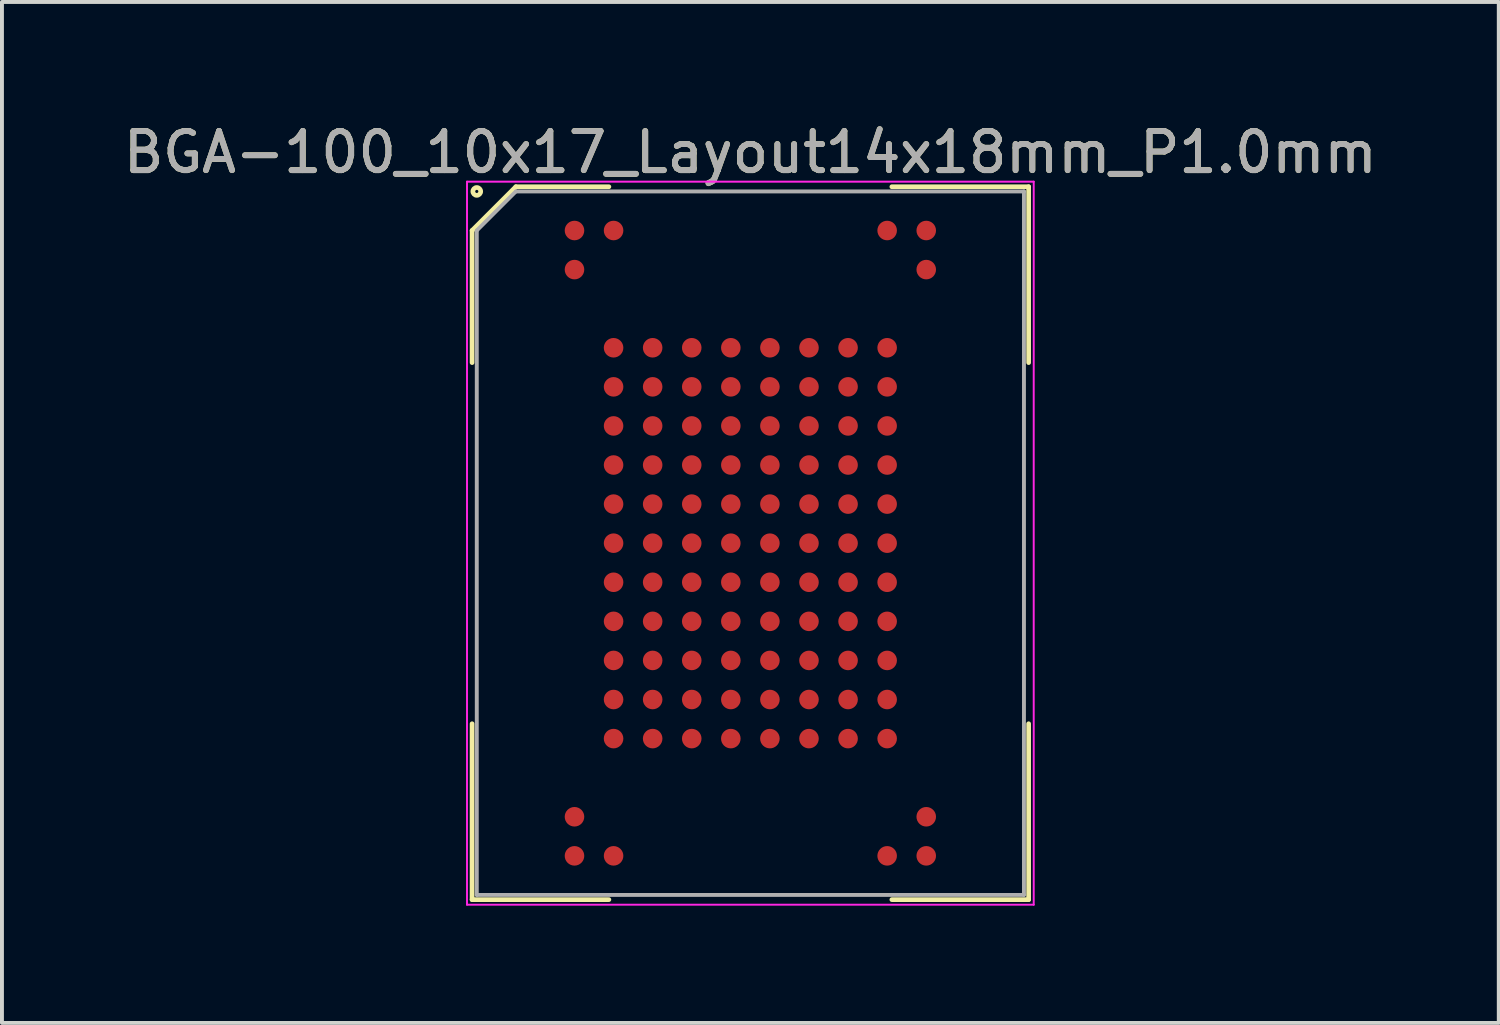
<source format=kicad_pcb>
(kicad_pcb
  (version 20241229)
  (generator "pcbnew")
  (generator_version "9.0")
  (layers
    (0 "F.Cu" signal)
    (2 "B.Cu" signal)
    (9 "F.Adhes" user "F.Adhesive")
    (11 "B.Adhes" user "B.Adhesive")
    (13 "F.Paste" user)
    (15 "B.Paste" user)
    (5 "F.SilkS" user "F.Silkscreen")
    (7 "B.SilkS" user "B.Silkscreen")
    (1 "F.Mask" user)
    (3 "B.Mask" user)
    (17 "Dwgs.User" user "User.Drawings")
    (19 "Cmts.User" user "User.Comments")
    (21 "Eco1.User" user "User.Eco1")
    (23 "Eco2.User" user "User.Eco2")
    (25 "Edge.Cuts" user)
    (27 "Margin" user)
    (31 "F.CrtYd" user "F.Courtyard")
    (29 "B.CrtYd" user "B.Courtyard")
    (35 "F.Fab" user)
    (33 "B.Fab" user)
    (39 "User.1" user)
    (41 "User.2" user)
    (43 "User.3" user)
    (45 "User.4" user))
  (footprint "BGA-100_10x17_Layout14x18mm_P1.0mm"
    (layer "F.Cu")
    (at 16.149 10.848)
    (property "Reference" "BGA-100_10x17_Layout14x18mm_P1.0mm" (at 0 -10 0) (layer "F.SilkS") (effects (font (size 1 1) (thickness 0.15))))
    (attr smd)
    (fp_line (start -7.12 -8) (end -7.12 -4.62) (stroke (width 0.12) (type solid)) (layer "F.SilkS"))
    (fp_line (start -7.12 9.12) (end -7.12 4.62) (stroke (width 0.12) (type solid)) (layer "F.SilkS"))
    (fp_line (start -6 -9.12) (end -7.12 -8) (stroke (width 0.12) (type solid)) (layer "F.SilkS"))
    (fp_line (start -3.62 -9.12) (end -6 -9.12) (stroke (width 0.12) (type solid)) (layer "F.SilkS"))
    (fp_line (start -3.62 9.12) (end -7.12 9.12) (stroke (width 0.12) (type solid)) (layer "F.SilkS"))
    (fp_line (start 3.62 -9.12) (end 7.12 -9.12) (stroke (width 0.12) (type solid)) (layer "F.SilkS"))
    (fp_line (start 3.62 9.12) (end 7.12 9.12) (stroke (width 0.12) (type solid)) (layer "F.SilkS"))
    (fp_line (start 7.12 -9.12) (end 7.12 -4.62) (stroke (width 0.12) (type solid)) (layer "F.SilkS"))
    (fp_line (start 7.12 9.12) (end 7.12 4.62) (stroke (width 0.12) (type solid)) (layer "F.SilkS"))
    (fp_circle (center -7 -9) (end -6.9 -9) (stroke (width 0.12) (type solid)) (fill no) (layer "F.SilkS"))
    (fp_line (start -7.25 -9.25) (end 7.25 -9.25) (stroke (width 0.05) (type solid)) (layer "F.CrtYd"))
    (fp_line (start -7.25 9.25) (end -7.25 -9.25) (stroke (width 0.05) (type solid)) (layer "F.CrtYd"))
    (fp_line (start 7.25 -9.25) (end 7.25 9.25) (stroke (width 0.05) (type solid)) (layer "F.CrtYd"))
    (fp_line (start 7.25 9.25) (end -7.25 9.25) (stroke (width 0.05) (type solid)) (layer "F.CrtYd"))
    (fp_line (start -7 -8) (end -7 9) (stroke (width 0.1) (type solid)) (layer "F.Fab"))
    (fp_line (start -7 9) (end 7 9) (stroke (width 0.1) (type solid)) (layer "F.Fab"))
    (fp_line (start -6 -9) (end -7 -8) (stroke (width 0.1) (type solid)) (layer "F.Fab"))
    (fp_line (start 7 -9) (end -6 -9) (stroke (width 0.1) (type solid)) (layer "F.Fab"))
    (fp_line (start 7 9) (end 7 -9) (stroke (width 0.1) (type solid)) (layer "F.Fab"))
    (fp_text user "${REFERENCE}" (at 0 -10 0) (layer "F.Fab") (effects (font (size 1 1) (thickness 0.15))))
    (pad "A1" smd circle (at -4.5 -8) (size 0.5 0.5) (layers "F.Cu" "F.Mask" "F.Paste"))
    (pad "A2" smd circle (at -3.5 -8) (size 0.5 0.5) (layers "F.Cu" "F.Mask" "F.Paste"))
    (pad "A9" smd circle (at 3.5 -8) (size 0.5 0.5) (layers "F.Cu" "F.Mask" "F.Paste"))
    (pad "A10" smd circle (at 4.5 -8) (size 0.5 0.5) (layers "F.Cu" "F.Mask" "F.Paste"))
    (pad "B1" smd circle (at -4.5 -7) (size 0.5 0.5) (layers "F.Cu" "F.Mask" "F.Paste"))
    (pad "B10" smd circle (at 4.5 -7) (size 0.5 0.5) (layers "F.Cu" "F.Mask" "F.Paste"))
    (pad "D2" smd circle (at -3.5 -5) (size 0.5 0.5) (layers "F.Cu" "F.Mask" "F.Paste"))
    (pad "D3" smd circle (at -2.5 -5) (size 0.5 0.5) (layers "F.Cu" "F.Mask" "F.Paste"))
    (pad "D4" smd circle (at -1.5 -5) (size 0.5 0.5) (layers "F.Cu" "F.Mask" "F.Paste"))
    (pad "D5" smd circle (at -0.5 -5) (size 0.5 0.5) (layers "F.Cu" "F.Mask" "F.Paste"))
    (pad "D6" smd circle (at 0.5 -5) (size 0.5 0.5) (layers "F.Cu" "F.Mask" "F.Paste"))
    (pad "D7" smd circle (at 1.5 -5) (size 0.5 0.5) (layers "F.Cu" "F.Mask" "F.Paste"))
    (pad "D8" smd circle (at 2.5 -5) (size 0.5 0.5) (layers "F.Cu" "F.Mask" "F.Paste"))
    (pad "D9" smd circle (at 3.5 -5) (size 0.5 0.5) (layers "F.Cu" "F.Mask" "F.Paste"))
    (pad "E2" smd circle (at -3.5 -4) (size 0.5 0.5) (layers "F.Cu" "F.Mask" "F.Paste"))
    (pad "E3" smd circle (at -2.5 -4) (size 0.5 0.5) (layers "F.Cu" "F.Mask" "F.Paste"))
    (pad "E4" smd circle (at -1.5 -4) (size 0.5 0.5) (layers "F.Cu" "F.Mask" "F.Paste"))
    (pad "E5" smd circle (at -0.5 -4) (size 0.5 0.5) (layers "F.Cu" "F.Mask" "F.Paste"))
    (pad "E6" smd circle (at 0.5 -4) (size 0.5 0.5) (layers "F.Cu" "F.Mask" "F.Paste"))
    (pad "E7" smd circle (at 1.5 -4) (size 0.5 0.5) (layers "F.Cu" "F.Mask" "F.Paste"))
    (pad "E8" smd circle (at 2.5 -4) (size 0.5 0.5) (layers "F.Cu" "F.Mask" "F.Paste"))
    (pad "E9" smd circle (at 3.5 -4) (size 0.5 0.5) (layers "F.Cu" "F.Mask" "F.Paste"))
    (pad "F2" smd circle (at -3.5 -3) (size 0.5 0.5) (layers "F.Cu" "F.Mask" "F.Paste"))
    (pad "F3" smd circle (at -2.5 -3) (size 0.5 0.5) (layers "F.Cu" "F.Mask" "F.Paste"))
    (pad "F4" smd circle (at -1.5 -3) (size 0.5 0.5) (layers "F.Cu" "F.Mask" "F.Paste"))
    (pad "F5" smd circle (at -0.5 -3) (size 0.5 0.5) (layers "F.Cu" "F.Mask" "F.Paste"))
    (pad "F6" smd circle (at 0.5 -3) (size 0.5 0.5) (layers "F.Cu" "F.Mask" "F.Paste"))
    (pad "F7" smd circle (at 1.5 -3) (size 0.5 0.5) (layers "F.Cu" "F.Mask" "F.Paste"))
    (pad "F8" smd circle (at 2.5 -3) (size 0.5 0.5) (layers "F.Cu" "F.Mask" "F.Paste"))
    (pad "F9" smd circle (at 3.5 -3) (size 0.5 0.5) (layers "F.Cu" "F.Mask" "F.Paste"))
    (pad "G2" smd circle (at -3.5 -2) (size 0.5 0.5) (layers "F.Cu" "F.Mask" "F.Paste"))
    (pad "G3" smd circle (at -2.5 -2) (size 0.5 0.5) (layers "F.Cu" "F.Mask" "F.Paste"))
    (pad "G4" smd circle (at -1.5 -2) (size 0.5 0.5) (layers "F.Cu" "F.Mask" "F.Paste"))
    (pad "G5" smd circle (at -0.5 -2) (size 0.5 0.5) (layers "F.Cu" "F.Mask" "F.Paste"))
    (pad "G6" smd circle (at 0.5 -2) (size 0.5 0.5) (layers "F.Cu" "F.Mask" "F.Paste"))
    (pad "G7" smd circle (at 1.5 -2) (size 0.5 0.5) (layers "F.Cu" "F.Mask" "F.Paste"))
    (pad "G8" smd circle (at 2.5 -2) (size 0.5 0.5) (layers "F.Cu" "F.Mask" "F.Paste"))
    (pad "G9" smd circle (at 3.5 -2) (size 0.5 0.5) (layers "F.Cu" "F.Mask" "F.Paste"))
    (pad "H2" smd circle (at -3.5 -1) (size 0.5 0.5) (layers "F.Cu" "F.Mask" "F.Paste"))
    (pad "H3" smd circle (at -2.5 -1) (size 0.5 0.5) (layers "F.Cu" "F.Mask" "F.Paste"))
    (pad "H4" smd circle (at -1.5 -1) (size 0.5 0.5) (layers "F.Cu" "F.Mask" "F.Paste"))
    (pad "H5" smd circle (at -0.5 -1) (size 0.5 0.5) (layers "F.Cu" "F.Mask" "F.Paste"))
    (pad "H6" smd circle (at 0.5 -1) (size 0.5 0.5) (layers "F.Cu" "F.Mask" "F.Paste"))
    (pad "H7" smd circle (at 1.5 -1) (size 0.5 0.5) (layers "F.Cu" "F.Mask" "F.Paste"))
    (pad "H8" smd circle (at 2.5 -1) (size 0.5 0.5) (layers "F.Cu" "F.Mask" "F.Paste"))
    (pad "H9" smd circle (at 3.5 -1) (size 0.5 0.5) (layers "F.Cu" "F.Mask" "F.Paste"))
    (pad "J2" smd circle (at -3.5 0) (size 0.5 0.5) (layers "F.Cu" "F.Mask" "F.Paste"))
    (pad "J3" smd circle (at -2.5 0) (size 0.5 0.5) (layers "F.Cu" "F.Mask" "F.Paste"))
    (pad "J4" smd circle (at -1.5 0) (size 0.5 0.5) (layers "F.Cu" "F.Mask" "F.Paste"))
    (pad "J5" smd circle (at -0.5 0) (size 0.5 0.5) (layers "F.Cu" "F.Mask" "F.Paste"))
    (pad "J6" smd circle (at 0.5 0) (size 0.5 0.5) (layers "F.Cu" "F.Mask" "F.Paste"))
    (pad "J7" smd circle (at 1.5 0) (size 0.5 0.5) (layers "F.Cu" "F.Mask" "F.Paste"))
    (pad "J8" smd circle (at 2.5 0) (size 0.5 0.5) (layers "F.Cu" "F.Mask" "F.Paste"))
    (pad "J9" smd circle (at 3.5 0) (size 0.5 0.5) (layers "F.Cu" "F.Mask" "F.Paste"))
    (pad "K2" smd circle (at -3.5 1) (size 0.5 0.5) (layers "F.Cu" "F.Mask" "F.Paste"))
    (pad "K3" smd circle (at -2.5 1) (size 0.5 0.5) (layers "F.Cu" "F.Mask" "F.Paste"))
    (pad "K4" smd circle (at -1.5 1) (size 0.5 0.5) (layers "F.Cu" "F.Mask" "F.Paste"))
    (pad "K5" smd circle (at -0.5 1) (size 0.5 0.5) (layers "F.Cu" "F.Mask" "F.Paste"))
    (pad "K6" smd circle (at 0.5 1) (size 0.5 0.5) (layers "F.Cu" "F.Mask" "F.Paste"))
    (pad "K7" smd circle (at 1.5 1) (size 0.5 0.5) (layers "F.Cu" "F.Mask" "F.Paste"))
    (pad "K8" smd circle (at 2.5 1) (size 0.5 0.5) (layers "F.Cu" "F.Mask" "F.Paste"))
    (pad "K9" smd circle (at 3.5 1) (size 0.5 0.5) (layers "F.Cu" "F.Mask" "F.Paste"))
    (pad "L2" smd circle (at -3.5 2) (size 0.5 0.5) (layers "F.Cu" "F.Mask" "F.Paste"))
    (pad "L3" smd circle (at -2.5 2) (size 0.5 0.5) (layers "F.Cu" "F.Mask" "F.Paste"))
    (pad "L4" smd circle (at -1.5 2) (size 0.5 0.5) (layers "F.Cu" "F.Mask" "F.Paste"))
    (pad "L5" smd circle (at -0.5 2) (size 0.5 0.5) (layers "F.Cu" "F.Mask" "F.Paste"))
    (pad "L6" smd circle (at 0.5 2) (size 0.5 0.5) (layers "F.Cu" "F.Mask" "F.Paste"))
    (pad "L7" smd circle (at 1.5 2) (size 0.5 0.5) (layers "F.Cu" "F.Mask" "F.Paste"))
    (pad "L8" smd circle (at 2.5 2) (size 0.5 0.5) (layers "F.Cu" "F.Mask" "F.Paste"))
    (pad "L9" smd circle (at 3.5 2) (size 0.5 0.5) (layers "F.Cu" "F.Mask" "F.Paste"))
    (pad "M2" smd circle (at -3.5 3) (size 0.5 0.5) (layers "F.Cu" "F.Mask" "F.Paste"))
    (pad "M3" smd circle (at -2.5 3) (size 0.5 0.5) (layers "F.Cu" "F.Mask" "F.Paste"))
    (pad "M4" smd circle (at -1.5 3) (size 0.5 0.5) (layers "F.Cu" "F.Mask" "F.Paste"))
    (pad "M5" smd circle (at -0.5 3) (size 0.5 0.5) (layers "F.Cu" "F.Mask" "F.Paste"))
    (pad "M6" smd circle (at 0.5 3) (size 0.5 0.5) (layers "F.Cu" "F.Mask" "F.Paste"))
    (pad "M7" smd circle (at 1.5 3) (size 0.5 0.5) (layers "F.Cu" "F.Mask" "F.Paste"))
    (pad "M8" smd circle (at 2.5 3) (size 0.5 0.5) (layers "F.Cu" "F.Mask" "F.Paste"))
    (pad "M9" smd circle (at 3.5 3) (size 0.5 0.5) (layers "F.Cu" "F.Mask" "F.Paste"))
    (pad "N2" smd circle (at -3.5 4) (size 0.5 0.5) (layers "F.Cu" "F.Mask" "F.Paste"))
    (pad "N3" smd circle (at -2.5 4) (size 0.5 0.5) (layers "F.Cu" "F.Mask" "F.Paste"))
    (pad "N4" smd circle (at -1.5 4) (size 0.5 0.5) (layers "F.Cu" "F.Mask" "F.Paste"))
    (pad "N5" smd circle (at -0.5 4) (size 0.5 0.5) (layers "F.Cu" "F.Mask" "F.Paste"))
    (pad "N6" smd circle (at 0.5 4) (size 0.5 0.5) (layers "F.Cu" "F.Mask" "F.Paste"))
    (pad "N7" smd circle (at 1.5 4) (size 0.5 0.5) (layers "F.Cu" "F.Mask" "F.Paste"))
    (pad "N8" smd circle (at 2.5 4) (size 0.5 0.5) (layers "F.Cu" "F.Mask" "F.Paste"))
    (pad "N9" smd circle (at 3.5 4) (size 0.5 0.5) (layers "F.Cu" "F.Mask" "F.Paste"))
    (pad "P2" smd circle (at -3.5 5) (size 0.5 0.5) (layers "F.Cu" "F.Mask" "F.Paste"))
    (pad "P3" smd circle (at -2.5 5) (size 0.5 0.5) (layers "F.Cu" "F.Mask" "F.Paste"))
    (pad "P4" smd circle (at -1.5 5) (size 0.5 0.5) (layers "F.Cu" "F.Mask" "F.Paste"))
    (pad "P5" smd circle (at -0.5 5) (size 0.5 0.5) (layers "F.Cu" "F.Mask" "F.Paste"))
    (pad "P6" smd circle (at 0.5 5) (size 0.5 0.5) (layers "F.Cu" "F.Mask" "F.Paste"))
    (pad "P7" smd circle (at 1.5 5) (size 0.5 0.5) (layers "F.Cu" "F.Mask" "F.Paste"))
    (pad "P8" smd circle (at 2.5 5) (size 0.5 0.5) (layers "F.Cu" "F.Mask" "F.Paste"))
    (pad "P9" smd circle (at 3.5 5) (size 0.5 0.5) (layers "F.Cu" "F.Mask" "F.Paste"))
    (pad "T1" smd circle (at -4.5 7) (size 0.5 0.5) (layers "F.Cu" "F.Mask" "F.Paste"))
    (pad "T10" smd circle (at 4.5 7) (size 0.5 0.5) (layers "F.Cu" "F.Mask" "F.Paste"))
    (pad "U1" smd circle (at -4.5 8) (size 0.5 0.5) (layers "F.Cu" "F.Mask" "F.Paste"))
    (pad "U2" smd circle (at -3.5 8) (size 0.5 0.5) (layers "F.Cu" "F.Mask" "F.Paste"))
    (pad "U9" smd circle (at 3.5 8) (size 0.5 0.5) (layers "F.Cu" "F.Mask" "F.Paste"))
    (pad "U10" smd circle (at 4.5 8) (size 0.5 0.5) (layers "F.Cu" "F.Mask" "F.Paste")))
  (gr_rect
    (start -3 -3)
    (end 35.298 23.123)
    (stroke (width 0.1) (type default))
    (fill no)
    (layer "Edge.Cuts")))
</source>
